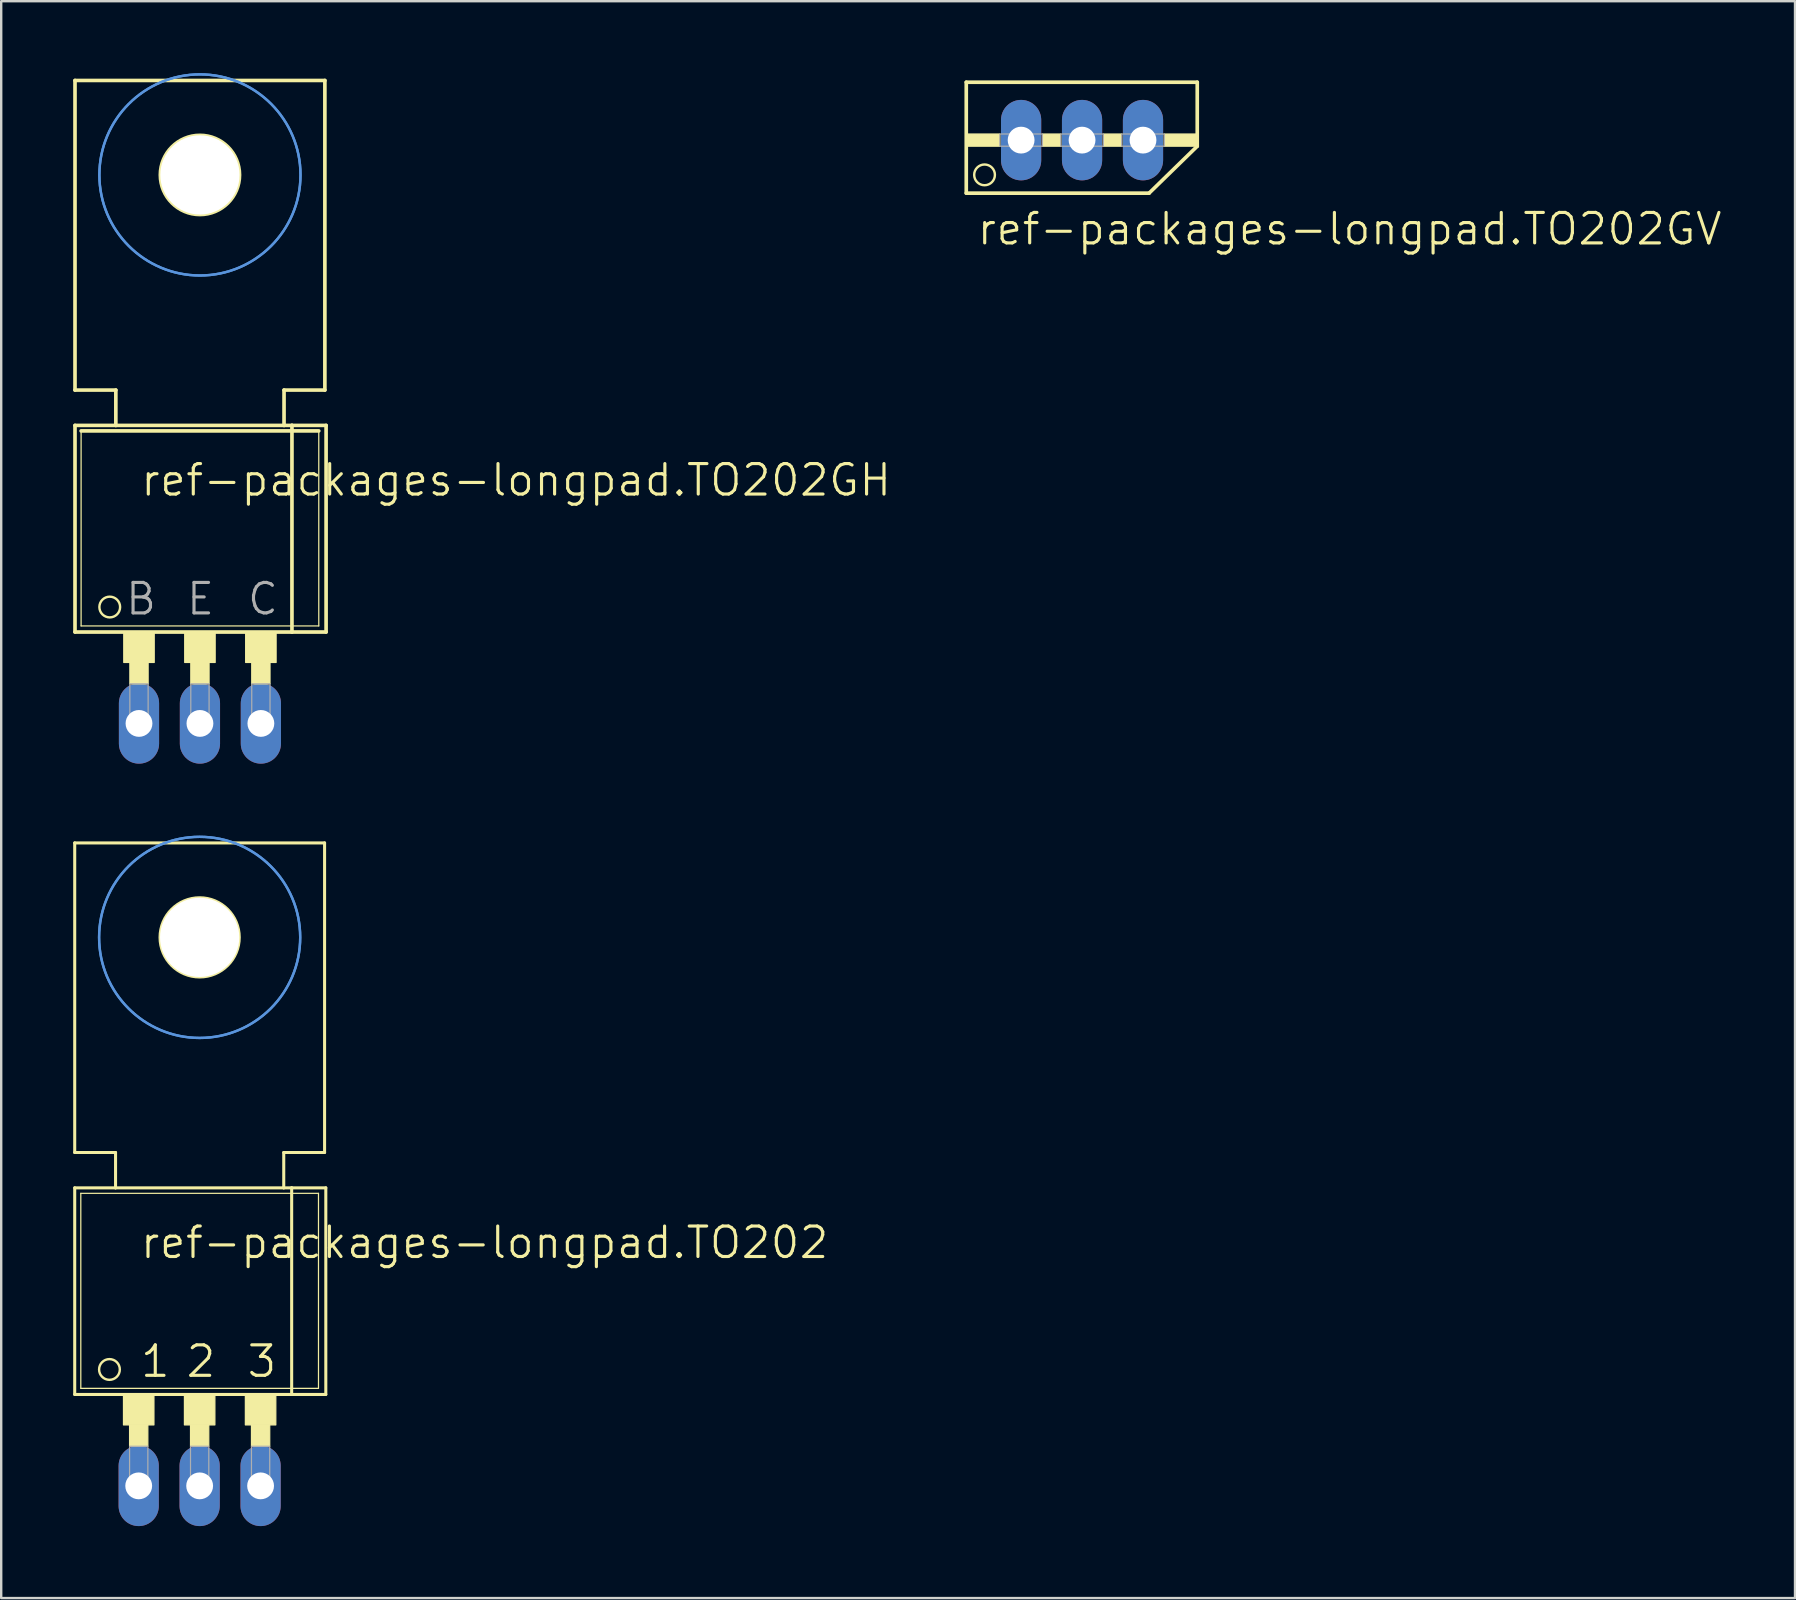
<source format=kicad_pcb>
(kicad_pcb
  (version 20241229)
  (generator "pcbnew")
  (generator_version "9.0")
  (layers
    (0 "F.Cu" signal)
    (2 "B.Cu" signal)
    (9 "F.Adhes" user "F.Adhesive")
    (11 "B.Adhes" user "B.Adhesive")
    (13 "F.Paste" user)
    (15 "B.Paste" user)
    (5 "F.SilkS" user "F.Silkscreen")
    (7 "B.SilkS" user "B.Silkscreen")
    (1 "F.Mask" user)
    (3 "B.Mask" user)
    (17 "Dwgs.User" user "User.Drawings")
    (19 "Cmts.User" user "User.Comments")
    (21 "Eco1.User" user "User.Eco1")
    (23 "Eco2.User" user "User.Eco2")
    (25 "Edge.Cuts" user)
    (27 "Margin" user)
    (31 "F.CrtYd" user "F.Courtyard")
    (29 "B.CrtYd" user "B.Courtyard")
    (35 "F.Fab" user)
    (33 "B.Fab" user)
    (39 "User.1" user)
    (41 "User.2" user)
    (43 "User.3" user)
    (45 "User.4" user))
  (footprint "ref-packages-longpad.TO202GH"
    (layer "F.Cu")
    (at 5.283 22.021)
    (property "Reference" "ref-packages-longpad.TO202GH" (at -2.54 -4.318 0) (layer "F.SilkS") (effects (font (size 1.27 1.27) (thickness 0.13)) (justify left bottom)))
    (attr through_hole)
    (fp_line (start -5.207 -21.717) (end -5.207 -8.814) (stroke (width 0.152) (type default)) (layer "F.SilkS"))
    (fp_line (start -5.207 -7.341) (end -3.505 -7.341) (stroke (width 0.152) (type default)) (layer "F.SilkS"))
    (fp_line (start -5.207 1.27) (end -5.207 -7.341) (stroke (width 0.152) (type default)) (layer "F.SilkS"))
    (fp_line (start -5.207 1.27) (end 3.835 1.27) (stroke (width 0.152) (type default)) (layer "F.SilkS"))
    (fp_line (start -4.953 1.016) (end -4.953 -7.112) (stroke (width 0.051) (type default)) (layer "F.SilkS"))
    (fp_line (start -4.953 1.016) (end 4.953 1.016) (stroke (width 0.051) (type default)) (layer "F.SilkS"))
    (fp_line (start -3.505 -8.814) (end -5.207 -8.814) (stroke (width 0.152) (type default)) (layer "F.SilkS"))
    (fp_line (start -3.505 -7.341) (end -3.505 -8.814) (stroke (width 0.152) (type default)) (layer "F.SilkS"))
    (fp_line (start -3.505 -7.341) (end 3.505 -7.341) (stroke (width 0.152) (type default)) (layer "F.SilkS"))
    (fp_line (start 3.505 -8.814) (end 3.505 -7.341) (stroke (width 0.152) (type default)) (layer "F.SilkS"))
    (fp_line (start 3.505 -7.341) (end 3.835 -7.341) (stroke (width 0.152) (type default)) (layer "F.SilkS"))
    (fp_line (start 3.835 -7.341) (end 5.258 -7.341) (stroke (width 0.152) (type default)) (layer "F.SilkS"))
    (fp_line (start 3.835 1.27) (end 3.835 -7.341) (stroke (width 0.152) (type default)) (layer "F.SilkS"))
    (fp_line (start 3.835 1.27) (end 5.258 1.27) (stroke (width 0.152) (type default)) (layer "F.SilkS"))
    (fp_line (start 4.953 -7.112) (end -4.953 -7.112) (stroke (width 0.152) (type default)) (layer "F.SilkS"))
    (fp_line (start 4.953 -7.112) (end 4.953 1.016) (stroke (width 0.051) (type default)) (layer "F.SilkS"))
    (fp_line (start 5.207 -21.717) (end -5.207 -21.717) (stroke (width 0.152) (type default)) (layer "F.SilkS"))
    (fp_line (start 5.207 -21.717) (end 5.207 -8.814) (stroke (width 0.152) (type default)) (layer "F.SilkS"))
    (fp_line (start 5.207 -8.814) (end 3.505 -8.814) (stroke (width 0.152) (type default)) (layer "F.SilkS"))
    (fp_line (start 5.258 1.27) (end 5.258 -7.341) (stroke (width 0.152) (type default)) (layer "F.SilkS"))
    (fp_rect (start -3.175 2.54) (end -1.905 1.27) (stroke (width 0.05) (type default)) (fill yes) (layer "F.SilkS"))
    (fp_rect (start -2.921 3.429) (end -2.159 2.54) (stroke (width 0.05) (type default)) (fill yes) (layer "F.SilkS"))
    (fp_rect (start -0.635 2.54) (end 0.635 1.27) (stroke (width 0.05) (type default)) (fill yes) (layer "F.SilkS"))
    (fp_rect (start -0.381 3.429) (end 0.381 2.54) (stroke (width 0.05) (type default)) (fill yes) (layer "F.SilkS"))
    (fp_rect (start 1.905 2.54) (end 3.175 1.27) (stroke (width 0.05) (type default)) (fill yes) (layer "F.SilkS"))
    (fp_rect (start 2.159 3.429) (end 2.921 2.54) (stroke (width 0.05) (type default)) (fill yes) (layer "F.SilkS"))
    (fp_circle (center -3.759 0.229) (end -3.327 0.229) (stroke (width 0.1) (type default)) (fill no) (layer "F.SilkS"))
    (fp_circle (center 0 -17.78) (end 1.651 -17.78) (stroke (width 0.152) (type default)) (fill no) (layer "F.SilkS"))
    (fp_circle (center 0 -17.78) (end 4.191 -17.78) (stroke (width 0.1) (type default)) (fill no) (layer "Cmts.User"))
    (fp_circle (center 0 -17.78) (end 4.191 -17.78) (stroke (width 0.1) (type default)) (fill no) (layer "Cmts.User"))
    (fp_rect (start -2.921 5.08) (end -2.159 3.429) (stroke (width 0.05) (type default)) (fill no) (layer "F.Fab"))
    (fp_rect (start -0.381 5.08) (end 0.381 3.429) (stroke (width 0.05) (type default)) (fill no) (layer "F.Fab"))
    (fp_rect (start 2.159 5.08) (end 2.921 3.429) (stroke (width 0.05) (type default)) (fill no) (layer "F.Fab"))
    (fp_text user "B" (at -3.175 0.635 0) (layer "F.Fab") (effects (font (size 1.27 1.27) (thickness 0.13)) (justify left bottom)))
    (fp_text user "E" (at -0.635 0.635 0) (layer "F.Fab") (effects (font (size 1.27 1.27) (thickness 0.13)) (justify left bottom)))
    (fp_text user "C" (at 1.905 0.635 0) (layer "F.Fab") (effects (font (size 1.27 1.27) (thickness 0.13)) (justify left bottom)))
    (pad "" np_thru_hole circle (at 0 -17.78) (size 3.302 3.302) (drill 3.302) (layers "*.Cu" "*.Mask"))
    (pad "B" thru_hole oval (at -2.54 5.08 90) (size 3.353 1.676) (drill 1.118) (layers "*.Cu" "*.Mask"))
    (pad "C" thru_hole oval (at 2.54 5.08 90) (size 3.353 1.676) (drill 1.118) (layers "*.Cu" "*.Mask"))
    (pad "E" thru_hole oval (at 0 5.08 90) (size 3.353 1.676) (drill 1.118) (layers "*.Cu" "*.Mask")))
  (footprint "ref-packages-longpad.TO202"
    (layer "F.Cu")
    (at 5.271 53.798)
    (property "Reference" "ref-packages-longpad.TO202" (at -2.54 -4.318 0) (layer "F.SilkS") (effects (font (size 1.27 1.27) (thickness 0.13)) (justify left bottom)))
    (attr through_hole)
    (fp_line (start -5.207 -21.717) (end -5.207 -8.814) (stroke (width 0.127) (type default)) (layer "F.SilkS"))
    (fp_line (start -5.207 -7.341) (end -3.505 -7.341) (stroke (width 0.127) (type default)) (layer "F.SilkS"))
    (fp_line (start -5.207 1.27) (end -5.207 -7.341) (stroke (width 0.127) (type default)) (layer "F.SilkS"))
    (fp_line (start -5.207 1.27) (end 3.835 1.27) (stroke (width 0.127) (type default)) (layer "F.SilkS"))
    (fp_line (start -4.953 1.016) (end -4.953 -7.112) (stroke (width 0.051) (type default)) (layer "F.SilkS"))
    (fp_line (start -4.953 1.016) (end 4.953 1.016) (stroke (width 0.051) (type default)) (layer "F.SilkS"))
    (fp_line (start -3.505 -8.814) (end -5.207 -8.814) (stroke (width 0.127) (type default)) (layer "F.SilkS"))
    (fp_line (start -3.505 -7.341) (end -3.505 -8.814) (stroke (width 0.127) (type default)) (layer "F.SilkS"))
    (fp_line (start -3.505 -7.341) (end 3.505 -7.341) (stroke (width 0.127) (type default)) (layer "F.SilkS"))
    (fp_line (start 3.505 -8.814) (end 3.505 -7.341) (stroke (width 0.127) (type default)) (layer "F.SilkS"))
    (fp_line (start 3.505 -7.341) (end 3.835 -7.341) (stroke (width 0.127) (type default)) (layer "F.SilkS"))
    (fp_line (start 3.835 -7.341) (end 5.258 -7.341) (stroke (width 0.127) (type default)) (layer "F.SilkS"))
    (fp_line (start 3.835 1.27) (end 3.835 -7.341) (stroke (width 0.127) (type default)) (layer "F.SilkS"))
    (fp_line (start 3.835 1.27) (end 5.258 1.27) (stroke (width 0.127) (type default)) (layer "F.SilkS"))
    (fp_line (start 4.953 -7.112) (end -4.953 -7.112) (stroke (width 0.051) (type default)) (layer "F.SilkS"))
    (fp_line (start 4.953 -7.112) (end 4.953 1.016) (stroke (width 0.051) (type default)) (layer "F.SilkS"))
    (fp_line (start 5.207 -21.717) (end -5.207 -21.717) (stroke (width 0.127) (type default)) (layer "F.SilkS"))
    (fp_line (start 5.207 -21.717) (end 5.207 -8.814) (stroke (width 0.127) (type default)) (layer "F.SilkS"))
    (fp_line (start 5.207 -8.814) (end 3.505 -8.814) (stroke (width 0.127) (type default)) (layer "F.SilkS"))
    (fp_line (start 5.258 1.27) (end 5.258 -7.341) (stroke (width 0.127) (type default)) (layer "F.SilkS"))
    (fp_rect (start -3.175 2.54) (end -1.905 1.27) (stroke (width 0.05) (type default)) (fill yes) (layer "F.SilkS"))
    (fp_rect (start -2.921 3.429) (end -2.159 2.54) (stroke (width 0.05) (type default)) (fill yes) (layer "F.SilkS"))
    (fp_rect (start -0.635 2.54) (end 0.635 1.27) (stroke (width 0.05) (type default)) (fill yes) (layer "F.SilkS"))
    (fp_rect (start -0.381 3.429) (end 0.381 2.54) (stroke (width 0.05) (type default)) (fill yes) (layer "F.SilkS"))
    (fp_rect (start 1.905 2.54) (end 3.175 1.27) (stroke (width 0.05) (type default)) (fill yes) (layer "F.SilkS"))
    (fp_rect (start 2.159 3.429) (end 2.921 2.54) (stroke (width 0.05) (type default)) (fill yes) (layer "F.SilkS"))
    (fp_circle (center -3.759 0.229) (end -3.327 0.229) (stroke (width 0.1) (type default)) (fill no) (layer "F.SilkS"))
    (fp_circle (center 0 -17.78) (end 1.651 -17.78) (stroke (width 0.127) (type default)) (fill no) (layer "F.SilkS"))
    (fp_circle (center 0 -17.78) (end 4.191 -17.78) (stroke (width 0.1) (type default)) (fill no) (layer "Cmts.User"))
    (fp_circle (center 0 -17.78) (end 4.191 -17.78) (stroke (width 0.1) (type default)) (fill no) (layer "Cmts.User"))
    (fp_rect (start -2.921 5.08) (end -2.159 3.429) (stroke (width 0.05) (type default)) (fill no) (layer "F.Fab"))
    (fp_rect (start -0.381 5.08) (end 0.381 3.429) (stroke (width 0.05) (type default)) (fill no) (layer "F.Fab"))
    (fp_rect (start 2.159 5.08) (end 2.921 3.429) (stroke (width 0.05) (type default)) (fill no) (layer "F.Fab"))
    (fp_text user "2" (at -0.635 0.635 0) (layer "F.SilkS") (effects (font (size 1.27 1.27) (thickness 0.13)) (justify left bottom)))
    (fp_text user "3" (at 1.905 0.635 0) (layer "F.SilkS") (effects (font (size 1.27 1.27) (thickness 0.13)) (justify left bottom)))
    (fp_text user "1" (at -2.54 0.635 0) (layer "F.SilkS") (effects (font (size 1.27 1.27) (thickness 0.13)) (justify left bottom)))
    (pad "" np_thru_hole circle (at 0 -17.78) (size 3.302 3.302) (drill 3.302) (layers "*.Cu" "*.Mask"))
    (pad "1" thru_hole oval (at -2.54 5.08 90) (size 3.353 1.676) (drill 1.118) (layers "*.Cu" "*.Mask"))
    (pad "2" thru_hole oval (at 0 5.08 90) (size 3.353 1.676) (drill 1.118) (layers "*.Cu" "*.Mask"))
    (pad "3" thru_hole oval (at 2.54 5.08 90) (size 3.353 1.676) (drill 1.118) (layers "*.Cu" "*.Mask")))
  (footprint "ref-packages-longpad.TO202GV"
    (layer "F.Cu")
    (at 42.048 0.25)
    (property "Reference" "ref-packages-longpad.TO202GV" (at -4.445 6.985 0) (layer "F.SilkS") (effects (font (size 1.27 1.27) (thickness 0.13)) (justify left bottom)))
    (attr through_hole)
    (fp_line (start -4.826 0.127) (end 4.801 0.127) (stroke (width 0.152) (type default)) (layer "F.SilkS"))
    (fp_line (start -4.826 4.75) (end -4.826 0.127) (stroke (width 0.152) (type default)) (layer "F.SilkS"))
    (fp_line (start -4.826 4.75) (end 2.794 4.75) (stroke (width 0.152) (type default)) (layer "F.SilkS"))
    (fp_line (start 2.794 4.75) (end 4.801 2.794) (stroke (width 0.152) (type default)) (layer "F.SilkS"))
    (fp_line (start 4.801 0.127) (end 4.801 2.794) (stroke (width 0.152) (type default)) (layer "F.SilkS"))
    (fp_rect (start -4.826 2.794) (end -3.429 2.286) (stroke (width 0.05) (type default)) (fill yes) (layer "F.SilkS"))
    (fp_rect (start -1.651 2.794) (end -0.889 2.286) (stroke (width 0.05) (type default)) (fill yes) (layer "F.SilkS"))
    (fp_rect (start 0.889 2.794) (end 1.651 2.286) (stroke (width 0.05) (type default)) (fill yes) (layer "F.SilkS"))
    (fp_rect (start 3.429 2.794) (end 4.826 2.286) (stroke (width 0.05) (type default)) (fill yes) (layer "F.SilkS"))
    (fp_circle (center -4.064 3.988) (end -3.632 3.988) (stroke (width 0.1) (type default)) (fill no) (layer "F.SilkS"))
    (fp_rect (start -3.429 2.794) (end -1.651 2.286) (stroke (width 0.05) (type default)) (fill no) (layer "F.Fab"))
    (fp_rect (start -0.889 2.794) (end 0.889 2.286) (stroke (width 0.05) (type default)) (fill no) (layer "F.Fab"))
    (fp_rect (start 1.651 2.794) (end 3.429 2.286) (stroke (width 0.05) (type default)) (fill no) (layer "F.Fab"))
    (pad "B" thru_hole oval (at -2.54 2.54 90) (size 3.353 1.676) (drill 1.118) (layers "*.Cu" "*.Mask"))
    (pad "C" thru_hole oval (at 2.54 2.54 90) (size 3.353 1.676) (drill 1.118) (layers "*.Cu" "*.Mask"))
    (pad "E" thru_hole oval (at 0 2.54 90) (size 3.353 1.676) (drill 1.118) (layers "*.Cu" "*.Mask")))
  (gr_rect
    (start -3 -3)
    (end 71.763 63.555)
    (stroke (width 0.1) (type default))
    (fill no)
    (layer "Edge.Cuts")))
</source>
